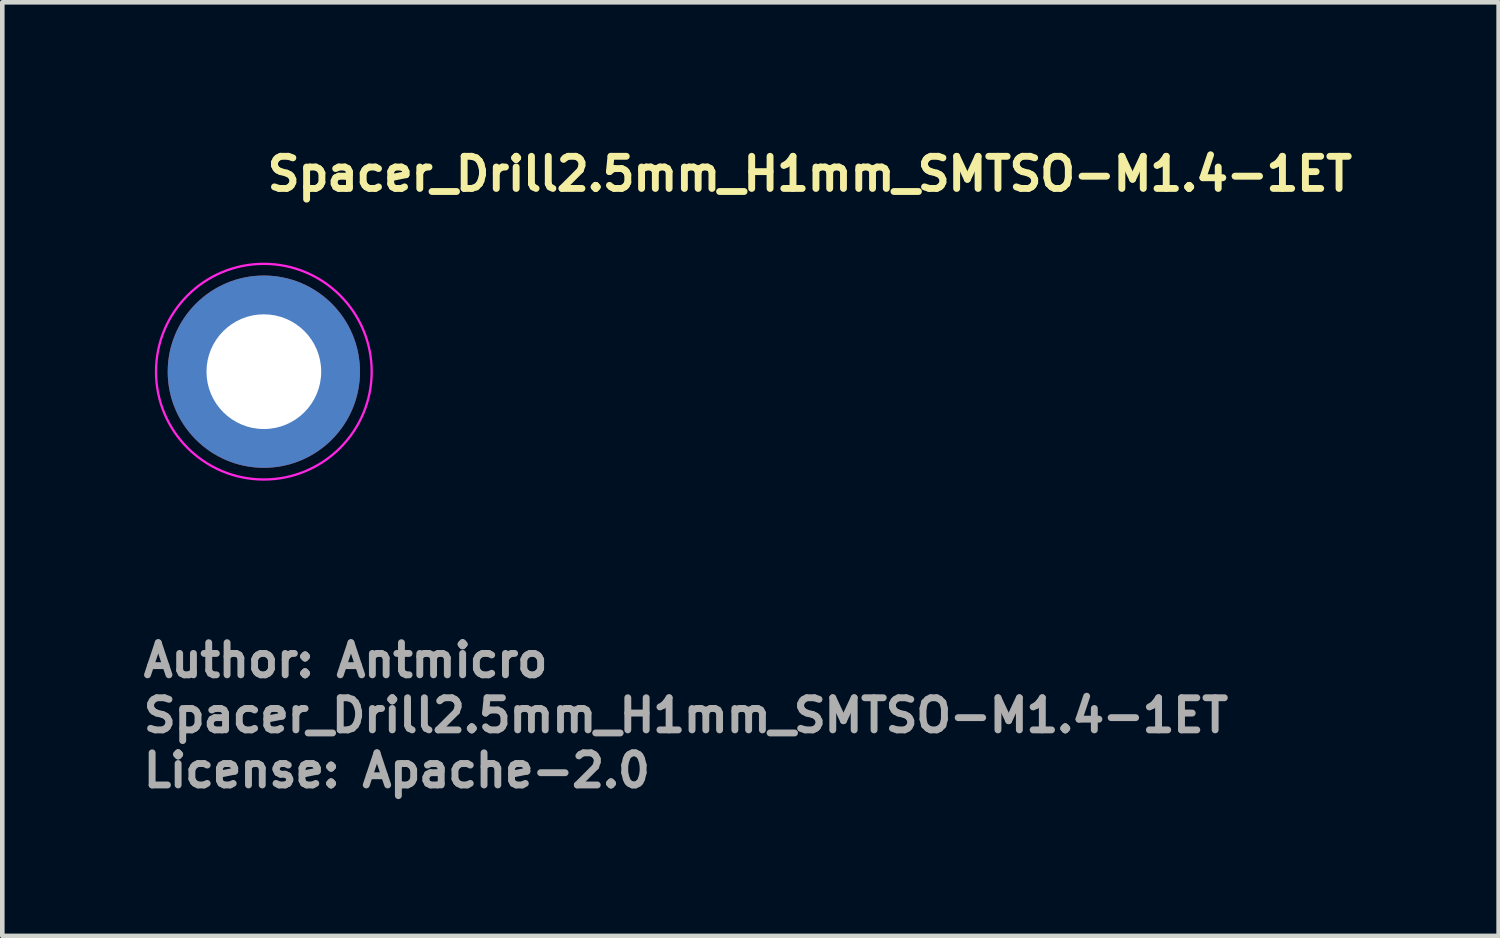
<source format=kicad_pcb>
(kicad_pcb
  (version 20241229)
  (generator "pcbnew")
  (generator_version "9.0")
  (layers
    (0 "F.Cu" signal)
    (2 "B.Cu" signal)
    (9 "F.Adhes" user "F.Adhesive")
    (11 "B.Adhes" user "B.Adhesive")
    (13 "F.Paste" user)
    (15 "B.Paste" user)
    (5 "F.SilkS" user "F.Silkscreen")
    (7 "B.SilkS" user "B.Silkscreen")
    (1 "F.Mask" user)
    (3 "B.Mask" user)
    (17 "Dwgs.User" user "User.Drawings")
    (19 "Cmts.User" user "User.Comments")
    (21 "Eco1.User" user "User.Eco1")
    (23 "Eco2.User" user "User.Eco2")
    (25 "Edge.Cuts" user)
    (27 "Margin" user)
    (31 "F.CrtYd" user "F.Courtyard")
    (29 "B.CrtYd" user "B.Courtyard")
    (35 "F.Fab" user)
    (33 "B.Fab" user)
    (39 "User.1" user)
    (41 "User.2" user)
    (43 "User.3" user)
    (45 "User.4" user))
  (footprint "Spacer_Drill2.5mm_H1mm_SMTSO-M1.4-1ET"
    (layer "F.Cu")
    (at 2.7 5.05)
    (property "Reference" "Spacer_Drill2.5mm_H1mm_SMTSO-M1.4-1ET" (at 0 -3.9 0) (layer "F.SilkS") (effects (font (size 0.7 0.7) (thickness 0.15)) (justify left bottom)))
    (attr smd)
    (fp_circle (center 0 0) (end 2.35 0) (stroke (width 0.05) (type solid)) (fill no) (layer "F.CrtYd"))
    (fp_rect (start -1.83 -1.59) (end 1.83 1.59) (stroke (width 0.1) (type solid)) (fill no) (layer "User.5"))
    (fp_line (start -1.83 -0.01) (end -1.83 0) (stroke (width 0.02) (type solid)) (layer "User.9"))
    (fp_line (start -1.83 -0.01) (end -0.924 -1.58) (stroke (width 0.02) (type solid)) (layer "User.9"))
    (fp_line (start -1.83 0) (end -1.83 0.01) (stroke (width 0.02) (type solid)) (layer "User.9"))
    (fp_line (start -1.205 0) (end -1.201 -0.097) (stroke (width 0.02) (type solid)) (layer "User.9"))
    (fp_line (start -1.201 -0.097) (end -1.189 -0.193) (stroke (width 0.02) (type solid)) (layer "User.9"))
    (fp_line (start -1.201 0.097) (end -1.205 0) (stroke (width 0.02) (type solid)) (layer "User.9"))
    (fp_line (start -1.189 -0.193) (end -1.17 -0.288) (stroke (width 0.02) (type solid)) (layer "User.9"))
    (fp_line (start -1.189 0.193) (end -1.201 0.097) (stroke (width 0.02) (type solid)) (layer "User.9"))
    (fp_line (start -1.17 -0.288) (end -1.143 -0.382) (stroke (width 0.02) (type solid)) (layer "User.9"))
    (fp_line (start -1.17 0.288) (end -1.189 0.193) (stroke (width 0.02) (type solid)) (layer "User.9"))
    (fp_line (start -1.143 -0.382) (end -1.109 -0.472) (stroke (width 0.02) (type solid)) (layer "User.9"))
    (fp_line (start -1.143 0.382) (end -1.17 0.288) (stroke (width 0.02) (type solid)) (layer "User.9"))
    (fp_line (start -1.109 -0.472) (end -1.067 -0.56) (stroke (width 0.02) (type solid)) (layer "User.9"))
    (fp_line (start -1.109 0.472) (end -1.143 0.382) (stroke (width 0.02) (type solid)) (layer "User.9"))
    (fp_line (start -1.084 0) (end -1.081 -0.092) (stroke (width 0.02) (type solid)) (layer "User.9"))
    (fp_line (start -1.081 -0.092) (end -1.069 -0.183) (stroke (width 0.02) (type solid)) (layer "User.9"))
    (fp_line (start -1.081 0.092) (end -1.084 0) (stroke (width 0.02) (type solid)) (layer "User.9"))
    (fp_line (start -1.069 -0.183) (end -1.05 -0.273) (stroke (width 0.02) (type solid)) (layer "User.9"))
    (fp_line (start -1.069 0.183) (end -1.081 0.092) (stroke (width 0.02) (type solid)) (layer "User.9"))
    (fp_line (start -1.067 -0.56) (end -1.018 -0.644) (stroke (width 0.02) (type solid)) (layer "User.9"))
    (fp_line (start -1.067 0.56) (end -1.109 0.472) (stroke (width 0.02) (type solid)) (layer "User.9"))
    (fp_line (start -1.05 -0.273) (end -1.023 -0.361) (stroke (width 0.02) (type solid)) (layer "User.9"))
    (fp_line (start -1.05 0.273) (end -1.069 0.183) (stroke (width 0.02) (type solid)) (layer "User.9"))
    (fp_line (start -1.023 -0.361) (end -0.988 -0.447) (stroke (width 0.02) (type solid)) (layer "User.9"))
    (fp_line (start -1.023 0.361) (end -1.05 0.273) (stroke (width 0.02) (type solid)) (layer "User.9"))
    (fp_line (start -1.018 -0.644) (end -0.963 -0.724) (stroke (width 0.02) (type solid)) (layer "User.9"))
    (fp_line (start -1.018 0.644) (end -1.067 0.56) (stroke (width 0.02) (type solid)) (layer "User.9"))
    (fp_line (start -0.988 -0.447) (end -0.947 -0.529) (stroke (width 0.02) (type solid)) (layer "User.9"))
    (fp_line (start -0.988 0.447) (end -1.023 0.361) (stroke (width 0.02) (type solid)) (layer "User.9"))
    (fp_line (start -0.963 -0.724) (end -0.902 -0.799) (stroke (width 0.02) (type solid)) (layer "User.9"))
    (fp_line (start -0.963 0.724) (end -1.018 0.644) (stroke (width 0.02) (type solid)) (layer "User.9"))
    (fp_line (start -0.947 -0.529) (end -0.899 -0.607) (stroke (width 0.02) (type solid)) (layer "User.9"))
    (fp_line (start -0.947 0.529) (end -0.988 0.447) (stroke (width 0.02) (type solid)) (layer "User.9"))
    (fp_line (start -0.924 1.58) (end -1.83 0.01) (stroke (width 0.02) (type solid)) (layer "User.9"))
    (fp_line (start -0.924 1.58) (end -0.906 1.59) (stroke (width 0.02) (type solid)) (layer "User.9"))
    (fp_line (start -0.906 -1.59) (end -0.924 -1.58) (stroke (width 0.02) (type solid)) (layer "User.9"))
    (fp_line (start -0.906 -1.59) (end 0.906 -1.59) (stroke (width 0.02) (type solid)) (layer "User.9"))
    (fp_line (start -0.902 -0.799) (end -0.835 -0.869) (stroke (width 0.02) (type solid)) (layer "User.9"))
    (fp_line (start -0.902 0.799) (end -0.963 0.724) (stroke (width 0.02) (type solid)) (layer "User.9"))
    (fp_line (start -0.899 -0.607) (end -0.844 -0.681) (stroke (width 0.02) (type solid)) (layer "User.9"))
    (fp_line (start -0.899 0.607) (end -0.947 0.529) (stroke (width 0.02) (type solid)) (layer "User.9"))
    (fp_line (start -0.844 -0.681) (end -0.783 -0.75) (stroke (width 0.02) (type solid)) (layer "User.9"))
    (fp_line (start -0.844 0.681) (end -0.899 0.607) (stroke (width 0.02) (type solid)) (layer "User.9"))
    (fp_line (start -0.835 -0.869) (end -0.762 -0.933) (stroke (width 0.02) (type solid)) (layer "User.9"))
    (fp_line (start -0.835 0.869) (end -0.902 0.799) (stroke (width 0.02) (type solid)) (layer "User.9"))
    (fp_line (start -0.783 -0.75) (end -0.717 -0.814) (stroke (width 0.02) (type solid)) (layer "User.9"))
    (fp_line (start -0.783 0.75) (end -0.844 0.681) (stroke (width 0.02) (type solid)) (layer "User.9"))
    (fp_line (start -0.762 -0.933) (end -0.685 -0.992) (stroke (width 0.02) (type solid)) (layer "User.9"))
    (fp_line (start -0.762 0.933) (end -0.835 0.869) (stroke (width 0.02) (type solid)) (layer "User.9"))
    (fp_line (start -0.717 -0.814) (end -0.645 -0.872) (stroke (width 0.02) (type solid)) (layer "User.9"))
    (fp_line (start -0.717 0.814) (end -0.783 0.75) (stroke (width 0.02) (type solid)) (layer "User.9"))
    (fp_line (start -0.7 0) (end -0.696 -0.073) (stroke (width 0.02) (type solid)) (layer "User.9"))
    (fp_line (start -0.696 -0.073) (end -0.685 -0.146) (stroke (width 0.02) (type solid)) (layer "User.9"))
    (fp_line (start -0.696 0.073) (end -0.7 0) (stroke (width 0.02) (type solid)) (layer "User.9"))
    (fp_line (start -0.685 -0.992) (end -0.602 -1.044) (stroke (width 0.02) (type solid)) (layer "User.9"))
    (fp_line (start -0.685 -0.146) (end -0.666 -0.216) (stroke (width 0.02) (type solid)) (layer "User.9"))
    (fp_line (start -0.685 0.146) (end -0.696 0.073) (stroke (width 0.02) (type solid)) (layer "User.9"))
    (fp_line (start -0.685 0.992) (end -0.762 0.933) (stroke (width 0.02) (type solid)) (layer "User.9"))
    (fp_line (start -0.666 -0.216) (end -0.639 -0.285) (stroke (width 0.02) (type solid)) (layer "User.9"))
    (fp_line (start -0.666 0.216) (end -0.685 0.146) (stroke (width 0.02) (type solid)) (layer "User.9"))
    (fp_line (start -0.645 -0.872) (end -0.569 -0.923) (stroke (width 0.02) (type solid)) (layer "User.9"))
    (fp_line (start -0.645 0.872) (end -0.717 0.814) (stroke (width 0.02) (type solid)) (layer "User.9"))
    (fp_line (start -0.639 -0.285) (end -0.606 -0.35) (stroke (width 0.02) (type solid)) (layer "User.9"))
    (fp_line (start -0.639 0.285) (end -0.666 0.216) (stroke (width 0.02) (type solid)) (layer "User.9"))
    (fp_line (start -0.606 -0.35) (end -0.566 -0.411) (stroke (width 0.02) (type solid)) (layer "User.9"))
    (fp_line (start -0.606 0.35) (end -0.639 0.285) (stroke (width 0.02) (type solid)) (layer "User.9"))
    (fp_line (start -0.602 -1.044) (end -0.517 -1.089) (stroke (width 0.02) (type solid)) (layer "User.9"))
    (fp_line (start -0.602 1.044) (end -0.685 0.992) (stroke (width 0.02) (type solid)) (layer "User.9"))
    (fp_line (start -0.569 -0.923) (end -0.488 -0.968) (stroke (width 0.02) (type solid)) (layer "User.9"))
    (fp_line (start -0.569 0.923) (end -0.645 0.872) (stroke (width 0.02) (type solid)) (layer "User.9"))
    (fp_line (start -0.566 -0.411) (end -0.52 -0.468) (stroke (width 0.02) (type solid)) (layer "User.9"))
    (fp_line (start -0.566 0.411) (end -0.606 0.35) (stroke (width 0.02) (type solid)) (layer "User.9"))
    (fp_line (start -0.538 0) (end -0.534 0.065) (stroke (width 0.02) (type solid)) (layer "User.9"))
    (fp_line (start -0.534 -0.065) (end -0.538 0) (stroke (width 0.02) (type solid)) (layer "User.9"))
    (fp_line (start -0.534 0.065) (end -0.522 0.129) (stroke (width 0.02) (type solid)) (layer "User.9"))
    (fp_line (start -0.522 -0.129) (end -0.534 -0.065) (stroke (width 0.02) (type solid)) (layer "User.9"))
    (fp_line (start -0.522 0.129) (end -0.503 0.191) (stroke (width 0.02) (type solid)) (layer "User.9"))
    (fp_line (start -0.52 -0.468) (end -0.468 -0.52) (stroke (width 0.02) (type solid)) (layer "User.9"))
    (fp_line (start -0.52 0.468) (end -0.566 0.411) (stroke (width 0.02) (type solid)) (layer "User.9"))
    (fp_line (start -0.517 -1.089) (end -0.427 -1.127) (stroke (width 0.02) (type solid)) (layer "User.9"))
    (fp_line (start -0.517 1.089) (end -0.602 1.044) (stroke (width 0.02) (type solid)) (layer "User.9"))
    (fp_line (start -0.503 -0.191) (end -0.522 -0.129) (stroke (width 0.02) (type solid)) (layer "User.9"))
    (fp_line (start -0.503 0.191) (end -0.476 0.25) (stroke (width 0.02) (type solid)) (layer "User.9"))
    (fp_line (start -0.488 -0.968) (end -0.404 -1.006) (stroke (width 0.02) (type solid)) (layer "User.9"))
    (fp_line (start -0.488 0.968) (end -0.569 0.923) (stroke (width 0.02) (type solid)) (layer "User.9"))
    (fp_line (start -0.476 -0.25) (end -0.503 -0.191) (stroke (width 0.02) (type solid)) (layer "User.9"))
    (fp_line (start -0.476 0.25) (end -0.442 0.305) (stroke (width 0.02) (type solid)) (layer "User.9"))
    (fp_line (start -0.468 -0.52) (end -0.411 -0.566) (stroke (width 0.02) (type solid)) (layer "User.9"))
    (fp_line (start -0.468 0.52) (end -0.52 0.468) (stroke (width 0.02) (type solid)) (layer "User.9"))
    (fp_line (start -0.442 -0.305) (end -0.476 -0.25) (stroke (width 0.02) (type solid)) (layer "User.9"))
    (fp_line (start -0.442 0.305) (end -0.402 0.356) (stroke (width 0.02) (type solid)) (layer "User.9"))
    (fp_line (start -0.427 -1.127) (end -0.335 -1.157) (stroke (width 0.02) (type solid)) (layer "User.9"))
    (fp_line (start -0.427 1.127) (end -0.517 1.089) (stroke (width 0.02) (type solid)) (layer "User.9"))
    (fp_line (start -0.411 -0.566) (end -0.35 -0.606) (stroke (width 0.02) (type solid)) (layer "User.9"))
    (fp_line (start -0.411 0.566) (end -0.468 0.52) (stroke (width 0.02) (type solid)) (layer "User.9"))
    (fp_line (start -0.404 -1.006) (end -0.318 -1.037) (stroke (width 0.02) (type solid)) (layer "User.9"))
    (fp_line (start -0.404 1.006) (end -0.488 0.968) (stroke (width 0.02) (type solid)) (layer "User.9"))
    (fp_line (start -0.402 -0.356) (end -0.442 -0.305) (stroke (width 0.02) (type solid)) (layer "User.9"))
    (fp_line (start -0.402 0.356) (end -0.356 0.402) (stroke (width 0.02) (type solid)) (layer "User.9"))
    (fp_line (start -0.356 -0.402) (end -0.402 -0.356) (stroke (width 0.02) (type solid)) (layer "User.9"))
    (fp_line (start -0.356 0.402) (end -0.305 0.442) (stroke (width 0.02) (type solid)) (layer "User.9"))
    (fp_line (start -0.35 -0.606) (end -0.285 -0.639) (stroke (width 0.02) (type solid)) (layer "User.9"))
    (fp_line (start -0.35 0.606) (end -0.411 0.566) (stroke (width 0.02) (type solid)) (layer "User.9"))
    (fp_line (start -0.335 -1.157) (end -0.241 -1.181) (stroke (width 0.02) (type solid)) (layer "User.9"))
    (fp_line (start -0.335 1.157) (end -0.427 1.127) (stroke (width 0.02) (type solid)) (layer "User.9"))
    (fp_line (start -0.318 -1.037) (end -0.228 -1.06) (stroke (width 0.02) (type solid)) (layer "User.9"))
    (fp_line (start -0.318 1.037) (end -0.404 1.006) (stroke (width 0.02) (type solid)) (layer "User.9"))
    (fp_line (start -0.305 -0.442) (end -0.356 -0.402) (stroke (width 0.02) (type solid)) (layer "User.9"))
    (fp_line (start -0.305 0.442) (end -0.25 0.476) (stroke (width 0.02) (type solid)) (layer "User.9"))
    (fp_line (start -0.285 -0.639) (end -0.216 -0.666) (stroke (width 0.02) (type solid)) (layer "User.9"))
    (fp_line (start -0.285 0.639) (end -0.35 0.606) (stroke (width 0.02) (type solid)) (layer "User.9"))
    (fp_line (start -0.25 -0.476) (end -0.305 -0.442) (stroke (width 0.02) (type solid)) (layer "User.9"))
    (fp_line (start -0.25 0.476) (end -0.191 0.503) (stroke (width 0.02) (type solid)) (layer "User.9"))
    (fp_line (start -0.241 -1.181) (end -0.145 -1.196) (stroke (width 0.02) (type solid)) (layer "User.9"))
    (fp_line (start -0.241 1.181) (end -0.335 1.157) (stroke (width 0.02) (type solid)) (layer "User.9"))
    (fp_line (start -0.228 -1.06) (end -0.138 -1.076) (stroke (width 0.02) (type solid)) (layer "User.9"))
    (fp_line (start -0.228 1.06) (end -0.318 1.037) (stroke (width 0.02) (type solid)) (layer "User.9"))
    (fp_line (start -0.216 -0.666) (end -0.146 -0.685) (stroke (width 0.02) (type solid)) (layer "User.9"))
    (fp_line (start -0.216 0.666) (end -0.285 0.639) (stroke (width 0.02) (type solid)) (layer "User.9"))
    (fp_line (start -0.191 -0.503) (end -0.25 -0.476) (stroke (width 0.02) (type solid)) (layer "User.9"))
    (fp_line (start -0.191 0.503) (end -0.129 0.522) (stroke (width 0.02) (type solid)) (layer "User.9"))
    (fp_line (start -0.146 -0.685) (end -0.073 -0.696) (stroke (width 0.02) (type solid)) (layer "User.9"))
    (fp_line (start -0.146 0.685) (end -0.216 0.666) (stroke (width 0.02) (type solid)) (layer "User.9"))
    (fp_line (start -0.145 -1.196) (end -0.049 -1.204) (stroke (width 0.02) (type solid)) (layer "User.9"))
    (fp_line (start -0.145 1.196) (end -0.241 1.181) (stroke (width 0.02) (type solid)) (layer "User.9"))
    (fp_line (start -0.138 -1.076) (end -0.046 -1.084) (stroke (width 0.02) (type solid)) (layer "User.9"))
    (fp_line (start -0.138 1.076) (end -0.228 1.06) (stroke (width 0.02) (type solid)) (layer "User.9"))
    (fp_line (start -0.129 -0.522) (end -0.191 -0.503) (stroke (width 0.02) (type solid)) (layer "User.9"))
    (fp_line (start -0.129 0.522) (end -0.065 0.534) (stroke (width 0.02) (type solid)) (layer "User.9"))
    (fp_line (start -0.073 -0.696) (end 0 -0.7) (stroke (width 0.02) (type solid)) (layer "User.9"))
    (fp_line (start -0.073 0.696) (end -0.146 0.685) (stroke (width 0.02) (type solid)) (layer "User.9"))
    (fp_line (start -0.065 -0.534) (end -0.129 -0.522) (stroke (width 0.02) (type solid)) (layer "User.9"))
    (fp_line (start -0.065 0.534) (end 0 0.538) (stroke (width 0.02) (type solid)) (layer "User.9"))
    (fp_line (start -0.049 -1.204) (end 0.049 -1.204) (stroke (width 0.02) (type solid)) (layer "User.9"))
    (fp_line (start -0.049 1.204) (end -0.145 1.196) (stroke (width 0.02) (type solid)) (layer "User.9"))
    (fp_line (start -0.046 -1.084) (end 0.046 -1.084) (stroke (width 0.02) (type solid)) (layer "User.9"))
    (fp_line (start -0.046 1.084) (end -0.138 1.076) (stroke (width 0.02) (type solid)) (layer "User.9"))
    (fp_line (start 0 -0.7) (end 0.073 -0.696) (stroke (width 0.02) (type solid)) (layer "User.9"))
    (fp_line (start 0 -0.538) (end -0.065 -0.534) (stroke (width 0.02) (type solid)) (layer "User.9"))
    (fp_line (start 0 0.538) (end 0.065 0.534) (stroke (width 0.02) (type solid)) (layer "User.9"))
    (fp_line (start 0 0.7) (end -0.073 0.696) (stroke (width 0.02) (type solid)) (layer "User.9"))
    (fp_line (start 0.046 -1.084) (end 0.138 -1.076) (stroke (width 0.02) (type solid)) (layer "User.9"))
    (fp_line (start 0.046 1.084) (end -0.046 1.084) (stroke (width 0.02) (type solid)) (layer "User.9"))
    (fp_line (start 0.049 -1.204) (end 0.145 -1.196) (stroke (width 0.02) (type solid)) (layer "User.9"))
    (fp_line (start 0.049 1.204) (end -0.049 1.204) (stroke (width 0.02) (type solid)) (layer "User.9"))
    (fp_line (start 0.065 -0.534) (end 0 -0.538) (stroke (width 0.02) (type solid)) (layer "User.9"))
    (fp_line (start 0.065 0.534) (end 0.129 0.522) (stroke (width 0.02) (type solid)) (layer "User.9"))
    (fp_line (start 0.073 -0.696) (end 0.146 -0.685) (stroke (width 0.02) (type solid)) (layer "User.9"))
    (fp_line (start 0.073 0.696) (end 0 0.7) (stroke (width 0.02) (type solid)) (layer "User.9"))
    (fp_line (start 0.129 -0.522) (end 0.065 -0.534) (stroke (width 0.02) (type solid)) (layer "User.9"))
    (fp_line (start 0.129 0.522) (end 0.191 0.503) (stroke (width 0.02) (type solid)) (layer "User.9"))
    (fp_line (start 0.138 -1.076) (end 0.228 -1.06) (stroke (width 0.02) (type solid)) (layer "User.9"))
    (fp_line (start 0.138 1.076) (end 0.046 1.084) (stroke (width 0.02) (type solid)) (layer "User.9"))
    (fp_line (start 0.145 -1.196) (end 0.241 -1.181) (stroke (width 0.02) (type solid)) (layer "User.9"))
    (fp_line (start 0.145 1.196) (end 0.049 1.204) (stroke (width 0.02) (type solid)) (layer "User.9"))
    (fp_line (start 0.146 -0.685) (end 0.216 -0.666) (stroke (width 0.02) (type solid)) (layer "User.9"))
    (fp_line (start 0.146 0.685) (end 0.073 0.696) (stroke (width 0.02) (type solid)) (layer "User.9"))
    (fp_line (start 0.191 -0.503) (end 0.129 -0.522) (stroke (width 0.02) (type solid)) (layer "User.9"))
    (fp_line (start 0.191 0.503) (end 0.25 0.476) (stroke (width 0.02) (type solid)) (layer "User.9"))
    (fp_line (start 0.216 -0.666) (end 0.285 -0.639) (stroke (width 0.02) (type solid)) (layer "User.9"))
    (fp_line (start 0.216 0.666) (end 0.146 0.685) (stroke (width 0.02) (type solid)) (layer "User.9"))
    (fp_line (start 0.228 -1.06) (end 0.318 -1.037) (stroke (width 0.02) (type solid)) (layer "User.9"))
    (fp_line (start 0.228 1.06) (end 0.138 1.076) (stroke (width 0.02) (type solid)) (layer "User.9"))
    (fp_line (start 0.241 -1.181) (end 0.335 -1.157) (stroke (width 0.02) (type solid)) (layer "User.9"))
    (fp_line (start 0.241 1.181) (end 0.145 1.196) (stroke (width 0.02) (type solid)) (layer "User.9"))
    (fp_line (start 0.25 -0.476) (end 0.191 -0.503) (stroke (width 0.02) (type solid)) (layer "User.9"))
    (fp_line (start 0.25 0.476) (end 0.305 0.442) (stroke (width 0.02) (type solid)) (layer "User.9"))
    (fp_line (start 0.285 -0.639) (end 0.35 -0.606) (stroke (width 0.02) (type solid)) (layer "User.9"))
    (fp_line (start 0.285 0.639) (end 0.216 0.666) (stroke (width 0.02) (type solid)) (layer "User.9"))
    (fp_line (start 0.305 -0.442) (end 0.25 -0.476) (stroke (width 0.02) (type solid)) (layer "User.9"))
    (fp_line (start 0.305 0.442) (end 0.356 0.402) (stroke (width 0.02) (type solid)) (layer "User.9"))
    (fp_line (start 0.318 -1.037) (end 0.404 -1.006) (stroke (width 0.02) (type solid)) (layer "User.9"))
    (fp_line (start 0.318 1.037) (end 0.228 1.06) (stroke (width 0.02) (type solid)) (layer "User.9"))
    (fp_line (start 0.335 -1.157) (end 0.427 -1.127) (stroke (width 0.02) (type solid)) (layer "User.9"))
    (fp_line (start 0.335 1.157) (end 0.241 1.181) (stroke (width 0.02) (type solid)) (layer "User.9"))
    (fp_line (start 0.35 -0.606) (end 0.411 -0.566) (stroke (width 0.02) (type solid)) (layer "User.9"))
    (fp_line (start 0.35 0.606) (end 0.285 0.639) (stroke (width 0.02) (type solid)) (layer "User.9"))
    (fp_line (start 0.356 -0.402) (end 0.305 -0.442) (stroke (width 0.02) (type solid)) (layer "User.9"))
    (fp_line (start 0.356 0.402) (end 0.402 0.356) (stroke (width 0.02) (type solid)) (layer "User.9"))
    (fp_line (start 0.402 -0.356) (end 0.356 -0.402) (stroke (width 0.02) (type solid)) (layer "User.9"))
    (fp_line (start 0.402 0.356) (end 0.442 0.305) (stroke (width 0.02) (type solid)) (layer "User.9"))
    (fp_line (start 0.404 -1.006) (end 0.488 -0.968) (stroke (width 0.02) (type solid)) (layer "User.9"))
    (fp_line (start 0.404 1.006) (end 0.318 1.037) (stroke (width 0.02) (type solid)) (layer "User.9"))
    (fp_line (start 0.411 -0.566) (end 0.468 -0.52) (stroke (width 0.02) (type solid)) (layer "User.9"))
    (fp_line (start 0.411 0.566) (end 0.35 0.606) (stroke (width 0.02) (type solid)) (layer "User.9"))
    (fp_line (start 0.427 -1.127) (end 0.517 -1.089) (stroke (width 0.02) (type solid)) (layer "User.9"))
    (fp_line (start 0.427 1.127) (end 0.335 1.157) (stroke (width 0.02) (type solid)) (layer "User.9"))
    (fp_line (start 0.442 -0.305) (end 0.402 -0.356) (stroke (width 0.02) (type solid)) (layer "User.9"))
    (fp_line (start 0.442 0.305) (end 0.476 0.25) (stroke (width 0.02) (type solid)) (layer "User.9"))
    (fp_line (start 0.468 -0.52) (end 0.52 -0.468) (stroke (width 0.02) (type solid)) (layer "User.9"))
    (fp_line (start 0.468 0.52) (end 0.411 0.566) (stroke (width 0.02) (type solid)) (layer "User.9"))
    (fp_line (start 0.476 -0.25) (end 0.442 -0.305) (stroke (width 0.02) (type solid)) (layer "User.9"))
    (fp_line (start 0.476 0.25) (end 0.503 0.191) (stroke (width 0.02) (type solid)) (layer "User.9"))
    (fp_line (start 0.488 -0.968) (end 0.569 -0.923) (stroke (width 0.02) (type solid)) (layer "User.9"))
    (fp_line (start 0.488 0.968) (end 0.404 1.006) (stroke (width 0.02) (type solid)) (layer "User.9"))
    (fp_line (start 0.503 -0.191) (end 0.476 -0.25) (stroke (width 0.02) (type solid)) (layer "User.9"))
    (fp_line (start 0.503 0.191) (end 0.522 0.129) (stroke (width 0.02) (type solid)) (layer "User.9"))
    (fp_line (start 0.517 -1.089) (end 0.602 -1.044) (stroke (width 0.02) (type solid)) (layer "User.9"))
    (fp_line (start 0.517 1.089) (end 0.427 1.127) (stroke (width 0.02) (type solid)) (layer "User.9"))
    (fp_line (start 0.52 -0.468) (end 0.566 -0.411) (stroke (width 0.02) (type solid)) (layer "User.9"))
    (fp_line (start 0.52 0.468) (end 0.468 0.52) (stroke (width 0.02) (type solid)) (layer "User.9"))
    (fp_line (start 0.522 -0.129) (end 0.503 -0.191) (stroke (width 0.02) (type solid)) (layer "User.9"))
    (fp_line (start 0.522 0.129) (end 0.534 0.065) (stroke (width 0.02) (type solid)) (layer "User.9"))
    (fp_line (start 0.534 -0.065) (end 0.522 -0.129) (stroke (width 0.02) (type solid)) (layer "User.9"))
    (fp_line (start 0.534 0.065) (end 0.538 0) (stroke (width 0.02) (type solid)) (layer "User.9"))
    (fp_line (start 0.538 0) (end 0.534 -0.065) (stroke (width 0.02) (type solid)) (layer "User.9"))
    (fp_line (start 0.566 -0.411) (end 0.606 -0.35) (stroke (width 0.02) (type solid)) (layer "User.9"))
    (fp_line (start 0.566 0.411) (end 0.52 0.468) (stroke (width 0.02) (type solid)) (layer "User.9"))
    (fp_line (start 0.569 -0.923) (end 0.645 -0.872) (stroke (width 0.02) (type solid)) (layer "User.9"))
    (fp_line (start 0.569 0.923) (end 0.488 0.968) (stroke (width 0.02) (type solid)) (layer "User.9"))
    (fp_line (start 0.602 -1.044) (end 0.685 -0.992) (stroke (width 0.02) (type solid)) (layer "User.9"))
    (fp_line (start 0.602 1.044) (end 0.517 1.089) (stroke (width 0.02) (type solid)) (layer "User.9"))
    (fp_line (start 0.606 -0.35) (end 0.639 -0.285) (stroke (width 0.02) (type solid)) (layer "User.9"))
    (fp_line (start 0.606 0.35) (end 0.566 0.411) (stroke (width 0.02) (type solid)) (layer "User.9"))
    (fp_line (start 0.639 -0.285) (end 0.666 -0.216) (stroke (width 0.02) (type solid)) (layer "User.9"))
    (fp_line (start 0.639 0.285) (end 0.606 0.35) (stroke (width 0.02) (type solid)) (layer "User.9"))
    (fp_line (start 0.645 -0.872) (end 0.717 -0.814) (stroke (width 0.02) (type solid)) (layer "User.9"))
    (fp_line (start 0.645 0.872) (end 0.569 0.923) (stroke (width 0.02) (type solid)) (layer "User.9"))
    (fp_line (start 0.666 -0.216) (end 0.685 -0.146) (stroke (width 0.02) (type solid)) (layer "User.9"))
    (fp_line (start 0.666 0.216) (end 0.639 0.285) (stroke (width 0.02) (type solid)) (layer "User.9"))
    (fp_line (start 0.685 -0.992) (end 0.762 -0.933) (stroke (width 0.02) (type solid)) (layer "User.9"))
    (fp_line (start 0.685 -0.146) (end 0.696 -0.073) (stroke (width 0.02) (type solid)) (layer "User.9"))
    (fp_line (start 0.685 0.146) (end 0.666 0.216) (stroke (width 0.02) (type solid)) (layer "User.9"))
    (fp_line (start 0.685 0.992) (end 0.602 1.044) (stroke (width 0.02) (type solid)) (layer "User.9"))
    (fp_line (start 0.696 -0.073) (end 0.7 0) (stroke (width 0.02) (type solid)) (layer "User.9"))
    (fp_line (start 0.696 0.073) (end 0.685 0.146) (stroke (width 0.02) (type solid)) (layer "User.9"))
    (fp_line (start 0.7 0) (end 0.696 0.073) (stroke (width 0.02) (type solid)) (layer "User.9"))
    (fp_line (start 0.717 -0.814) (end 0.783 -0.75) (stroke (width 0.02) (type solid)) (layer "User.9"))
    (fp_line (start 0.717 0.814) (end 0.645 0.872) (stroke (width 0.02) (type solid)) (layer "User.9"))
    (fp_line (start 0.762 -0.933) (end 0.835 -0.869) (stroke (width 0.02) (type solid)) (layer "User.9"))
    (fp_line (start 0.762 0.933) (end 0.685 0.992) (stroke (width 0.02) (type solid)) (layer "User.9"))
    (fp_line (start 0.783 -0.75) (end 0.844 -0.681) (stroke (width 0.02) (type solid)) (layer "User.9"))
    (fp_line (start 0.783 0.75) (end 0.717 0.814) (stroke (width 0.02) (type solid)) (layer "User.9"))
    (fp_line (start 0.835 -0.869) (end 0.902 -0.799) (stroke (width 0.02) (type solid)) (layer "User.9"))
    (fp_line (start 0.835 0.869) (end 0.762 0.933) (stroke (width 0.02) (type solid)) (layer "User.9"))
    (fp_line (start 0.844 -0.681) (end 0.899 -0.607) (stroke (width 0.02) (type solid)) (layer "User.9"))
    (fp_line (start 0.844 0.681) (end 0.783 0.75) (stroke (width 0.02) (type solid)) (layer "User.9"))
    (fp_line (start 0.899 -0.607) (end 0.947 -0.529) (stroke (width 0.02) (type solid)) (layer "User.9"))
    (fp_line (start 0.899 0.607) (end 0.844 0.681) (stroke (width 0.02) (type solid)) (layer "User.9"))
    (fp_line (start 0.902 -0.799) (end 0.963 -0.724) (stroke (width 0.02) (type solid)) (layer "User.9"))
    (fp_line (start 0.902 0.799) (end 0.835 0.869) (stroke (width 0.02) (type solid)) (layer "User.9"))
    (fp_line (start 0.906 1.59) (end -0.906 1.59) (stroke (width 0.02) (type solid)) (layer "User.9"))
    (fp_line (start 0.906 1.59) (end 0.924 1.58) (stroke (width 0.02) (type solid)) (layer "User.9"))
    (fp_line (start 0.924 -1.58) (end 0.906 -1.59) (stroke (width 0.02) (type solid)) (layer "User.9"))
    (fp_line (start 0.924 -1.58) (end 1.83 -0.01) (stroke (width 0.02) (type solid)) (layer "User.9"))
    (fp_line (start 0.947 -0.529) (end 0.988 -0.447) (stroke (width 0.02) (type solid)) (layer "User.9"))
    (fp_line (start 0.947 0.529) (end 0.899 0.607) (stroke (width 0.02) (type solid)) (layer "User.9"))
    (fp_line (start 0.963 -0.724) (end 1.018 -0.644) (stroke (width 0.02) (type solid)) (layer "User.9"))
    (fp_line (start 0.963 0.724) (end 0.902 0.799) (stroke (width 0.02) (type solid)) (layer "User.9"))
    (fp_line (start 0.988 -0.447) (end 1.023 -0.361) (stroke (width 0.02) (type solid)) (layer "User.9"))
    (fp_line (start 0.988 0.447) (end 0.947 0.529) (stroke (width 0.02) (type solid)) (layer "User.9"))
    (fp_line (start 1.018 -0.644) (end 1.067 -0.56) (stroke (width 0.02) (type solid)) (layer "User.9"))
    (fp_line (start 1.018 0.644) (end 0.963 0.724) (stroke (width 0.02) (type solid)) (layer "User.9"))
    (fp_line (start 1.023 -0.361) (end 1.05 -0.273) (stroke (width 0.02) (type solid)) (layer "User.9"))
    (fp_line (start 1.023 0.361) (end 0.988 0.447) (stroke (width 0.02) (type solid)) (layer "User.9"))
    (fp_line (start 1.05 -0.273) (end 1.069 -0.183) (stroke (width 0.02) (type solid)) (layer "User.9"))
    (fp_line (start 1.05 0.273) (end 1.023 0.361) (stroke (width 0.02) (type solid)) (layer "User.9"))
    (fp_line (start 1.067 -0.56) (end 1.109 -0.472) (stroke (width 0.02) (type solid)) (layer "User.9"))
    (fp_line (start 1.067 0.56) (end 1.018 0.644) (stroke (width 0.02) (type solid)) (layer "User.9"))
    (fp_line (start 1.069 -0.183) (end 1.081 -0.092) (stroke (width 0.02) (type solid)) (layer "User.9"))
    (fp_line (start 1.069 0.183) (end 1.05 0.273) (stroke (width 0.02) (type solid)) (layer "User.9"))
    (fp_line (start 1.081 -0.092) (end 1.084 0) (stroke (width 0.02) (type solid)) (layer "User.9"))
    (fp_line (start 1.081 0.092) (end 1.069 0.183) (stroke (width 0.02) (type solid)) (layer "User.9"))
    (fp_line (start 1.084 0) (end 1.081 0.092) (stroke (width 0.02) (type solid)) (layer "User.9"))
    (fp_line (start 1.109 -0.472) (end 1.143 -0.382) (stroke (width 0.02) (type solid)) (layer "User.9"))
    (fp_line (start 1.109 0.472) (end 1.067 0.56) (stroke (width 0.02) (type solid)) (layer "User.9"))
    (fp_line (start 1.143 -0.382) (end 1.17 -0.288) (stroke (width 0.02) (type solid)) (layer "User.9"))
    (fp_line (start 1.143 0.382) (end 1.109 0.472) (stroke (width 0.02) (type solid)) (layer "User.9"))
    (fp_line (start 1.17 -0.288) (end 1.189 -0.193) (stroke (width 0.02) (type solid)) (layer "User.9"))
    (fp_line (start 1.17 0.288) (end 1.143 0.382) (stroke (width 0.02) (type solid)) (layer "User.9"))
    (fp_line (start 1.189 -0.193) (end 1.201 -0.097) (stroke (width 0.02) (type solid)) (layer "User.9"))
    (fp_line (start 1.189 0.193) (end 1.17 0.288) (stroke (width 0.02) (type solid)) (layer "User.9"))
    (fp_line (start 1.201 -0.097) (end 1.205 0) (stroke (width 0.02) (type solid)) (layer "User.9"))
    (fp_line (start 1.201 0.097) (end 1.189 0.193) (stroke (width 0.02) (type solid)) (layer "User.9"))
    (fp_line (start 1.205 0) (end 1.201 0.097) (stroke (width 0.02) (type solid)) (layer "User.9"))
    (fp_line (start 1.83 0) (end 1.83 -0.01) (stroke (width 0.02) (type solid)) (layer "User.9"))
    (fp_line (start 1.83 0.01) (end 0.924 1.58) (stroke (width 0.02) (type solid)) (layer "User.9"))
    (fp_line (start 1.83 0.01) (end 1.83 0) (stroke (width 0.02) (type solid)) (layer "User.9"))
    (fp_text user "Author: Antmicro" (at -2.7 6.7 0) (layer "F.Fab") (effects (font (size 0.7 0.7) (thickness 0.15)) (justify left bottom)))
    (fp_text user "${REFERENCE}" (at -2.7 7.9 0) (layer "F.Fab") (effects (font (size 0.7 0.7) (thickness 0.15)) (justify left bottom)))
    (fp_text user "License: Apache-2.0" (at -2.7 9.1 0) (layer "F.Fab") (effects (font (size 0.7 0.7) (thickness 0.15)) (justify left bottom)))
    (pad "1" smd oval (at -1.675 0) (size 0.8 1) (layers "F.Cu" "F.Paste"))
    (pad "1" smd oval (at -1.175 -1.175 135) (size 0.8 1) (layers "F.Cu" "F.Paste"))
    (pad "1" smd oval (at -1.175 1.175 45) (size 0.8 1) (layers "F.Cu" "F.Paste"))
    (pad "1" smd oval (at 0 -1.675 270) (size 0.8 1) (layers "F.Cu" "F.Paste"))
    (pad "1" thru_hole circle (at 0 0) (size 4.19 4.19) (drill 2.5) (layers "*.Cu" "F.Mask"))
    (pad "1" smd oval (at 0 1.675 90) (size 0.8 1) (layers "F.Cu" "F.Paste"))
    (pad "1" smd oval (at 1.175 -1.175 225) (size 0.8 1) (layers "F.Cu" "F.Paste"))
    (pad "1" smd oval (at 1.175 1.175 135) (size 0.8 1) (layers "F.Cu" "F.Paste"))
    (pad "1" smd oval (at 1.675 0) (size 0.8 1) (layers "F.Cu" "F.Paste")))
  (gr_rect
    (start -3 -3)
    (end 29.61 17.346)
    (stroke (width 0.1) (type default))
    (fill no)
    (layer "Edge.Cuts")))
</source>
